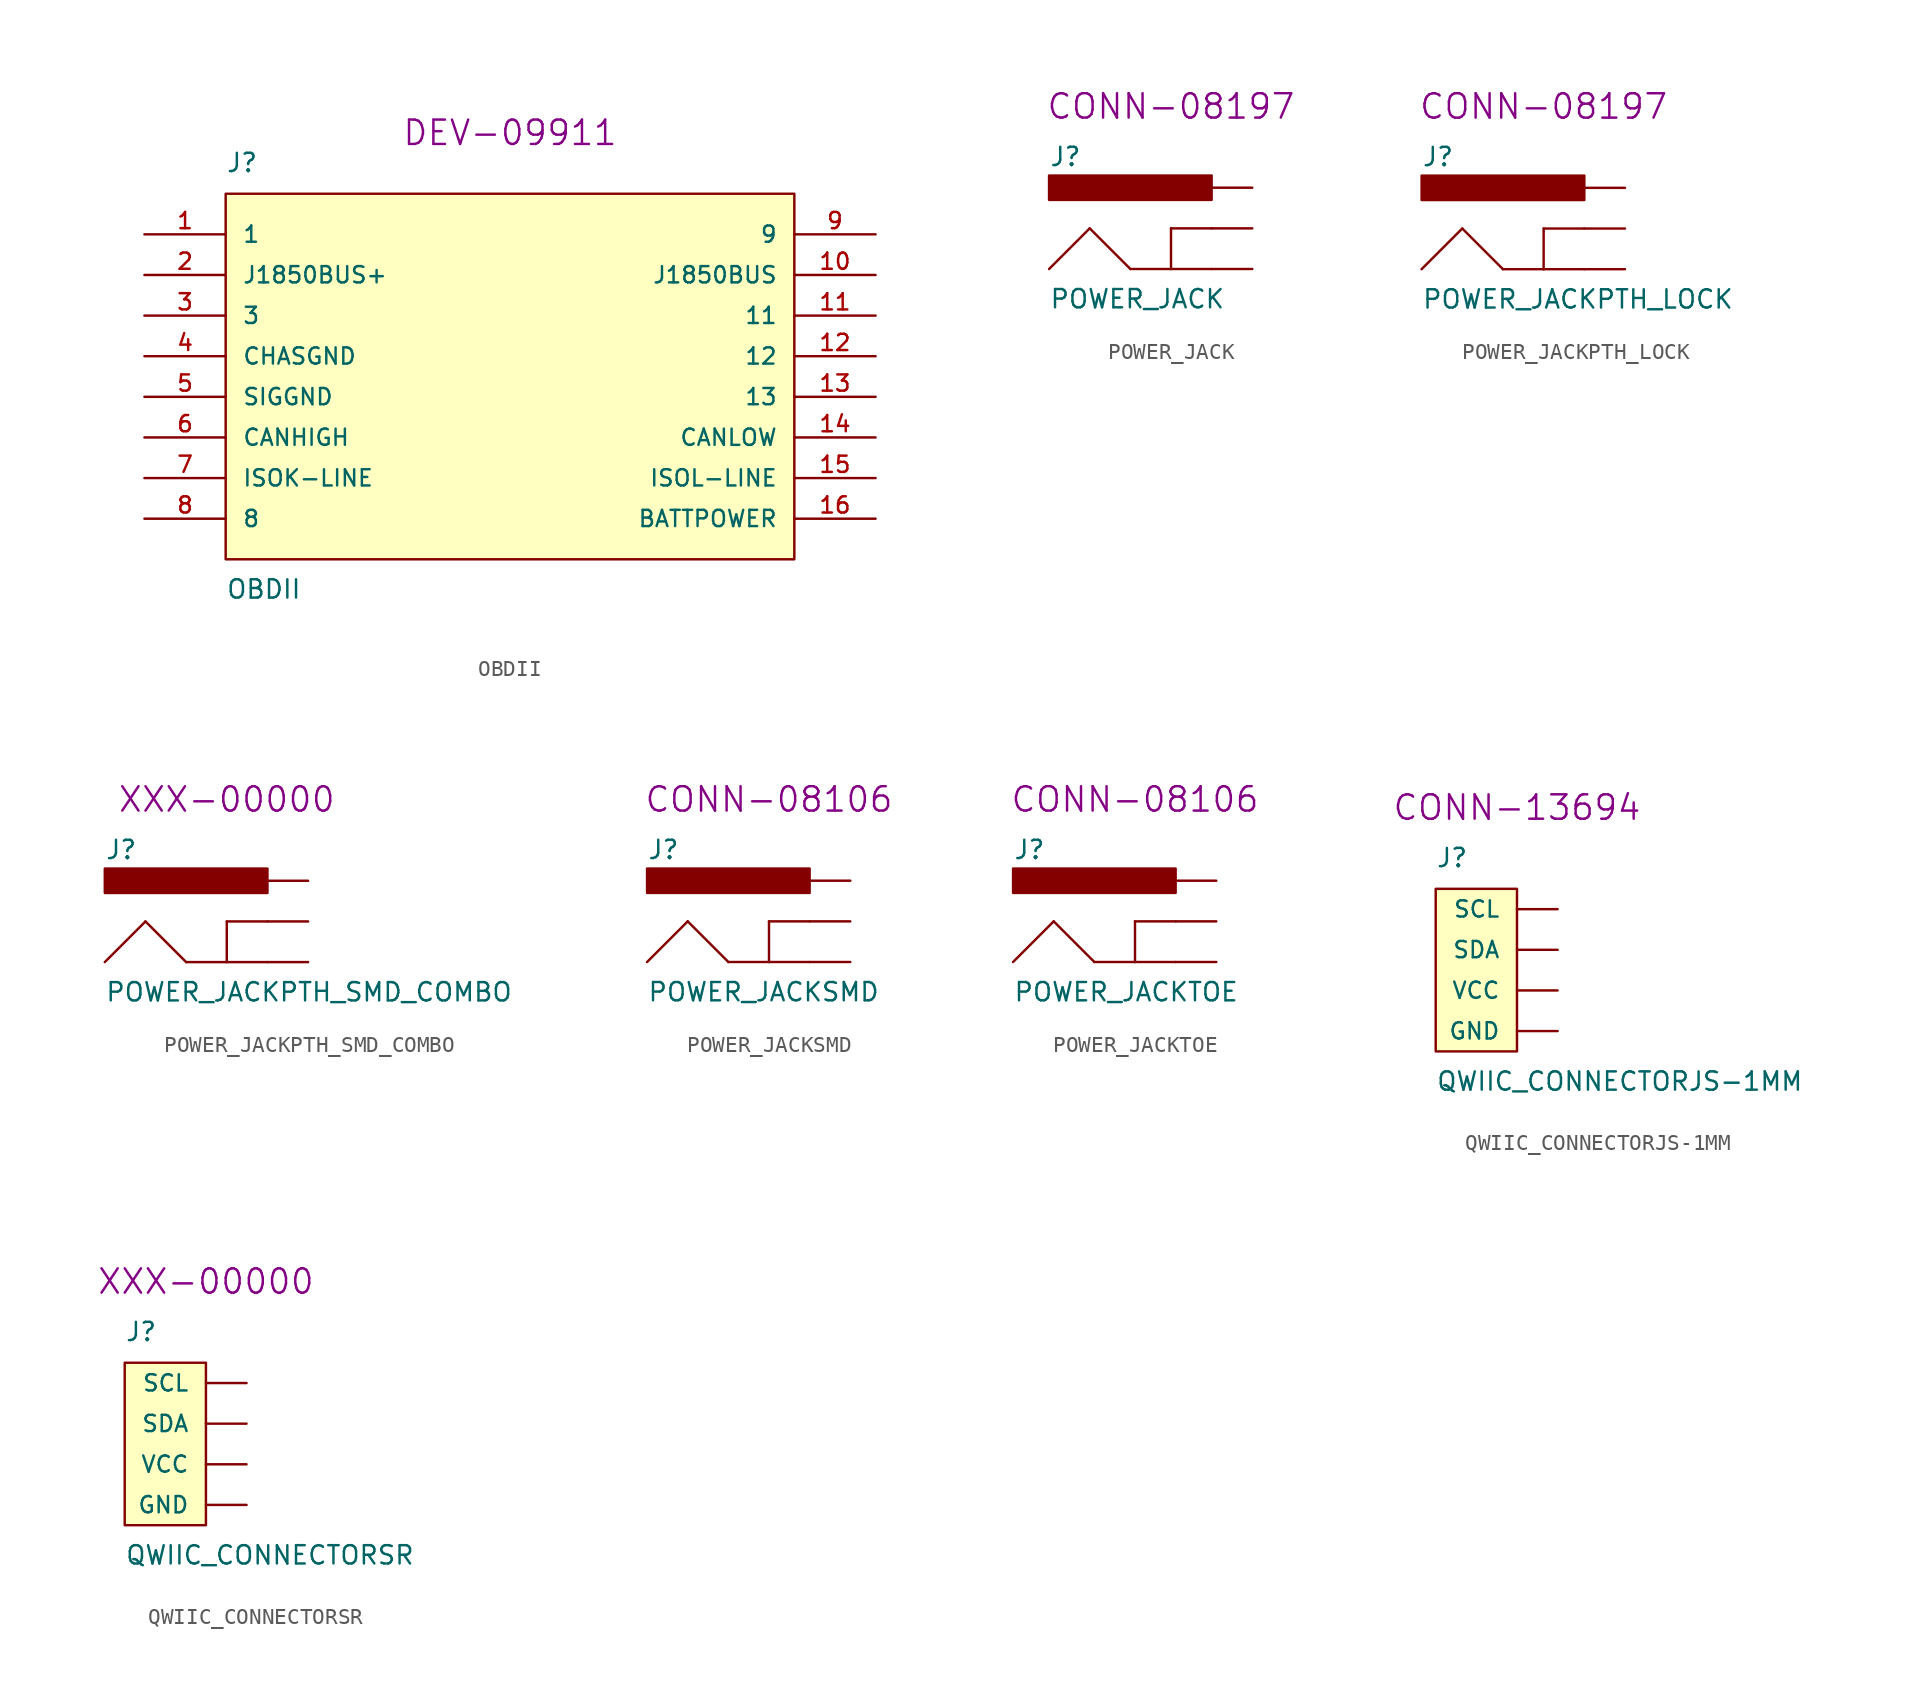
<source format=kicad_sym>
(kicad_symbol_lib
  (version 20220914)
  (generator kicad_symbol_editor)
  (symbol "OBDII"
    (pin_names
      (offset 1.016))
    (property "Reference" "J"
      (at -17.78 12.7 0)
      (effects (font (size 1.143 1.143)) (justify left bottom)))
    (property "Value" "OBDII"
      (at -17.78 -13.97 0)
      (effects (font (size 1.143 1.143)) (justify left bottom)))
    (property "Field4" "DEV-09911"
      (at 0 15.24 0)
      (effects (font (size 1.524 1.524))))
    (property "ki_locked" ""
      (at 0 0 0)
      (effects (font (size 1.27 1.27))))
    (symbol "OBDII_1_1"
      (polyline (pts (xy -17.78 11.43) (xy -17.78 -11.43) (xy 17.78 -11.43) (xy 17.78 11.43) (xy -17.78 11.43)) (stroke (width 0) (type solid)) (fill (type background)))
      (pin bidirectional line (at -22.86 8.89 0) (length 5.08) (name "1" (effects (font (size 1.016 1.016)))) (number "1" (effects (font (size 1.016 1.016)))))
      (pin bidirectional line (at 22.86 6.35 180) (length 5.08) (name "J1850BUS" (effects (font (size 1.016 1.016)))) (number "10" (effects (font (size 1.016 1.016)))))
      (pin bidirectional line (at 22.86 3.81 180) (length 5.08) (name "11" (effects (font (size 1.016 1.016)))) (number "11" (effects (font (size 1.016 1.016)))))
      (pin bidirectional line (at 22.86 1.27 180) (length 5.08) (name "12" (effects (font (size 1.016 1.016)))) (number "12" (effects (font (size 1.016 1.016)))))
      (pin bidirectional line (at 22.86 -1.27 180) (length 5.08) (name "13" (effects (font (size 1.016 1.016)))) (number "13" (effects (font (size 1.016 1.016)))))
      (pin bidirectional line (at 22.86 -3.81 180) (length 5.08) (name "CANLOW" (effects (font (size 1.016 1.016)))) (number "14" (effects (font (size 1.016 1.016)))))
      (pin bidirectional line (at 22.86 -6.35 180) (length 5.08) (name "ISOL-LINE" (effects (font (size 1.016 1.016)))) (number "15" (effects (font (size 1.016 1.016)))))
      (pin bidirectional line (at 22.86 -8.89 180) (length 5.08) (name "BATTPOWER" (effects (font (size 1.016 1.016)))) (number "16" (effects (font (size 1.016 1.016)))))
      (pin bidirectional line (at -22.86 6.35 0) (length 5.08) (name "J1850BUS+" (effects (font (size 1.016 1.016)))) (number "2" (effects (font (size 1.016 1.016)))))
      (pin bidirectional line (at -22.86 3.81 0) (length 5.08) (name "3" (effects (font (size 1.016 1.016)))) (number "3" (effects (font (size 1.016 1.016)))))
      (pin bidirectional line (at -22.86 1.27 0) (length 5.08) (name "CHASGND" (effects (font (size 1.016 1.016)))) (number "4" (effects (font (size 1.016 1.016)))))
      (pin bidirectional line (at -22.86 -1.27 0) (length 5.08) (name "SIGGND" (effects (font (size 1.016 1.016)))) (number "5" (effects (font (size 1.016 1.016)))))
      (pin bidirectional line (at -22.86 -3.81 0) (length 5.08) (name "CANHIGH" (effects (font (size 1.016 1.016)))) (number "6" (effects (font (size 1.016 1.016)))))
      (pin bidirectional line (at -22.86 -6.35 0) (length 5.08) (name "ISOK-LINE" (effects (font (size 1.016 1.016)))) (number "7" (effects (font (size 1.016 1.016)))))
      (pin bidirectional line (at -22.86 -8.89 0) (length 5.08) (name "8" (effects (font (size 1.016 1.016)))) (number "8" (effects (font (size 1.016 1.016)))))
      (pin bidirectional line (at 22.86 8.89 180) (length 5.08) (name "9" (effects (font (size 1.016 1.016)))) (number "9" (effects (font (size 1.016 1.016)))))))
  (symbol "POWER_JACK"
    (pin_numbers hide)
    (pin_names
      (offset 1.016) hide)
    (property "Reference" "J"
      (at -7.62 3.81 0)
      (effects (font (size 1.143 1.143)) (justify left bottom)))
    (property "Value" "POWER_JACK"
      (at -7.62 -5.08 0)
      (effects (font (size 1.143 1.143)) (justify left bottom)))
    (property "Field4" "CONN-08197"
      (at 0 7.62 0)
      (effects (font (size 1.524 1.524))))
    (property "ki_locked" ""
      (at 0 0 0)
      (effects (font (size 1.27 1.27))))
    (symbol "POWER_JACK_1_0"
      (polyline (pts (xy -7.62 -2.54) (xy -5.08 0)) (stroke (width 0) (type solid)) (fill (type none)))
      (polyline (pts (xy -5.08 0) (xy -2.54 -2.54)) (stroke (width 0) (type solid)) (fill (type none)))
      (polyline (pts (xy -2.54 -2.54) (xy 0 -2.54)) (stroke (width 0) (type solid)) (fill (type none)))
      (polyline (pts (xy 0 -2.54) (xy 0 0)) (stroke (width 0) (type solid)) (fill (type none)))
      (polyline (pts (xy 0 -2.54) (xy 2.54 -2.54)) (stroke (width 0) (type solid)) (fill (type none)))
      (polyline (pts (xy 0 0) (xy 2.54 0)) (stroke (width 0) (type solid)) (fill (type none))))
    (symbol "POWER_JACK_1_1"
      (rectangle (start -7.62 1.778) (end 2.54 3.302) (stroke (width 0) (type solid)) (fill (type outline)))
      (pin bidirectional line (at 5.08 -2.54 180) (length 2.54) (name "GND" (effects (font (size 1.016 1.016)))) (number "GND" (effects (font (size 1.016 1.016)))))
      (pin bidirectional line (at 5.08 0 180) (length 2.54) (name "GNDBREAK" (effects (font (size 1.016 1.016)))) (number "GNDB" (effects (font (size 1.016 1.016)))))
      (pin bidirectional line (at 5.08 2.54 180) (length 2.54) (name "PWR" (effects (font (size 1.016 1.016)))) (number "PWR" (effects (font (size 1.016 1.016)))))))
  (symbol "POWER_JACKPTH_LOCK"
    (pin_numbers hide)
    (pin_names
      (offset 1.016) hide)
    (property "Reference" "J"
      (at -7.62 3.81 0)
      (effects (font (size 1.143 1.143)) (justify left bottom)))
    (property "Value" "POWER_JACKPTH_LOCK"
      (at -7.62 -5.08 0)
      (effects (font (size 1.143 1.143)) (justify left bottom)))
    (property "Field4" "CONN-08197"
      (at 0 7.62 0)
      (effects (font (size 1.524 1.524))))
    (property "ki_locked" ""
      (at 0 0 0)
      (effects (font (size 1.27 1.27))))
    (symbol "POWER_JACKPTH_LOCK_1_0"
      (polyline (pts (xy -7.62 -2.54) (xy -5.08 0)) (stroke (width 0) (type solid)) (fill (type none)))
      (polyline (pts (xy -5.08 0) (xy -2.54 -2.54)) (stroke (width 0) (type solid)) (fill (type none)))
      (polyline (pts (xy -2.54 -2.54) (xy 0 -2.54)) (stroke (width 0) (type solid)) (fill (type none)))
      (polyline (pts (xy 0 -2.54) (xy 0 0)) (stroke (width 0) (type solid)) (fill (type none)))
      (polyline (pts (xy 0 -2.54) (xy 2.54 -2.54)) (stroke (width 0) (type solid)) (fill (type none)))
      (polyline (pts (xy 0 0) (xy 2.54 0)) (stroke (width 0) (type solid)) (fill (type none))))
    (symbol "POWER_JACKPTH_LOCK_1_1"
      (rectangle (start -7.62 1.778) (end 2.54 3.302) (stroke (width 0) (type solid)) (fill (type outline)))
      (pin bidirectional line (at 5.08 -2.54 180) (length 2.54) (name "GND" (effects (font (size 1.016 1.016)))) (number "GND" (effects (font (size 1.016 1.016)))))
      (pin bidirectional line (at 5.08 0 180) (length 2.54) (name "GNDBREAK" (effects (font (size 1.016 1.016)))) (number "GNDB" (effects (font (size 1.016 1.016)))))
      (pin bidirectional line (at 5.08 2.54 180) (length 2.54) (name "PWR" (effects (font (size 1.016 1.016)))) (number "PWR" (effects (font (size 1.016 1.016)))))))
  (symbol "POWER_JACKPTH_SMD_COMBO"
    (pin_numbers hide)
    (pin_names
      (offset 1.016) hide)
    (property "Reference" "J"
      (at -7.62 3.81 0)
      (effects (font (size 1.143 1.143)) (justify left bottom)))
    (property "Value" "POWER_JACKPTH_SMD_COMBO"
      (at -7.62 -5.08 0)
      (effects (font (size 1.143 1.143)) (justify left bottom)))
    (property "Field4" "XXX-00000"
      (at 0 7.62 0)
      (effects (font (size 1.524 1.524))))
    (property "ki_locked" ""
      (at 0 0 0)
      (effects (font (size 1.27 1.27))))
    (symbol "POWER_JACKPTH_SMD_COMBO_1_0"
      (polyline (pts (xy -7.62 -2.54) (xy -5.08 0)) (stroke (width 0) (type solid)) (fill (type none)))
      (polyline (pts (xy -5.08 0) (xy -2.54 -2.54)) (stroke (width 0) (type solid)) (fill (type none)))
      (polyline (pts (xy -2.54 -2.54) (xy 0 -2.54)) (stroke (width 0) (type solid)) (fill (type none)))
      (polyline (pts (xy 0 -2.54) (xy 0 0)) (stroke (width 0) (type solid)) (fill (type none)))
      (polyline (pts (xy 0 -2.54) (xy 2.54 -2.54)) (stroke (width 0) (type solid)) (fill (type none)))
      (polyline (pts (xy 0 0) (xy 2.54 0)) (stroke (width 0) (type solid)) (fill (type none))))
    (symbol "POWER_JACKPTH_SMD_COMBO_1_1"
      (rectangle (start -7.62 1.778) (end 2.54 3.302) (stroke (width 0) (type solid)) (fill (type outline)))
      (pin bidirectional line (at 5.08 0 180) (length 2.54) (name "GNDBREAK" (effects (font (size 1.016 1.016)))) (number "GND" (effects (font (size 1.016 1.016)))))
      (pin bidirectional line (at 5.08 -2.54 180) (length 2.54) (name "GND" (effects (font (size 1.016 1.016)))) (number "GND@" (effects (font (size 1.016 1.016)))))
      (pin bidirectional line (at 5.08 2.54 180) (length 2.54) (name "PWR" (effects (font (size 1.016 1.016)))) (number "POWE" (effects (font (size 1.016 1.016)))))))
  (symbol "POWER_JACKSMD"
    (pin_numbers hide)
    (pin_names
      (offset 1.016) hide)
    (property "Reference" "J"
      (at -7.62 3.81 0)
      (effects (font (size 1.143 1.143)) (justify left bottom)))
    (property "Value" "POWER_JACKSMD"
      (at -7.62 -5.08 0)
      (effects (font (size 1.143 1.143)) (justify left bottom)))
    (property "Field4" "CONN-08106"
      (at 0 7.62 0)
      (effects (font (size 1.524 1.524))))
    (property "ki_locked" ""
      (at 0 0 0)
      (effects (font (size 1.27 1.27))))
    (symbol "POWER_JACKSMD_1_0"
      (polyline (pts (xy -7.62 -2.54) (xy -5.08 0)) (stroke (width 0) (type solid)) (fill (type none)))
      (polyline (pts (xy -5.08 0) (xy -2.54 -2.54)) (stroke (width 0) (type solid)) (fill (type none)))
      (polyline (pts (xy -2.54 -2.54) (xy 0 -2.54)) (stroke (width 0) (type solid)) (fill (type none)))
      (polyline (pts (xy 0 -2.54) (xy 0 0)) (stroke (width 0) (type solid)) (fill (type none)))
      (polyline (pts (xy 0 -2.54) (xy 2.54 -2.54)) (stroke (width 0) (type solid)) (fill (type none)))
      (polyline (pts (xy 0 0) (xy 2.54 0)) (stroke (width 0) (type solid)) (fill (type none))))
    (symbol "POWER_JACKSMD_1_1"
      (rectangle (start -7.62 1.778) (end 2.54 3.302) (stroke (width 0) (type solid)) (fill (type outline)))
      (pin bidirectional line (at 5.08 0 180) (length 2.54) (name "GNDBREAK" (effects (font (size 1.016 1.016)))) (number "GND" (effects (font (size 1.016 1.016)))))
      (pin bidirectional line (at 5.08 -2.54 180) (length 2.54) (name "GND" (effects (font (size 1.016 1.016)))) (number "P$4" (effects (font (size 1.016 1.016)))))
      (pin bidirectional line (at 5.08 2.54 180) (length 2.54) (name "PWR" (effects (font (size 1.016 1.016)))) (number "VIN0" (effects (font (size 1.016 1.016)))))))
  (symbol "POWER_JACKTOE"
    (pin_numbers hide)
    (pin_names
      (offset 1.016) hide)
    (property "Reference" "J"
      (at -7.62 3.81 0)
      (effects (font (size 1.143 1.143)) (justify left bottom)))
    (property "Value" "POWER_JACKTOE"
      (at -7.62 -5.08 0)
      (effects (font (size 1.143 1.143)) (justify left bottom)))
    (property "Field4" "CONN-08106"
      (at 0 7.62 0)
      (effects (font (size 1.524 1.524))))
    (property "ki_locked" ""
      (at 0 0 0)
      (effects (font (size 1.27 1.27))))
    (symbol "POWER_JACKTOE_1_0"
      (polyline (pts (xy -7.62 -2.54) (xy -5.08 0)) (stroke (width 0) (type solid)) (fill (type none)))
      (polyline (pts (xy -5.08 0) (xy -2.54 -2.54)) (stroke (width 0) (type solid)) (fill (type none)))
      (polyline (pts (xy -2.54 -2.54) (xy 0 -2.54)) (stroke (width 0) (type solid)) (fill (type none)))
      (polyline (pts (xy 0 -2.54) (xy 0 0)) (stroke (width 0) (type solid)) (fill (type none)))
      (polyline (pts (xy 0 -2.54) (xy 2.54 -2.54)) (stroke (width 0) (type solid)) (fill (type none)))
      (polyline (pts (xy 0 0) (xy 2.54 0)) (stroke (width 0) (type solid)) (fill (type none))))
    (symbol "POWER_JACKTOE_1_1"
      (rectangle (start -7.62 1.778) (end 2.54 3.302) (stroke (width 0) (type solid)) (fill (type outline)))
      (pin bidirectional line (at 5.08 0 180) (length 2.54) (name "GNDBREAK" (effects (font (size 1.016 1.016)))) (number "GND" (effects (font (size 1.016 1.016)))))
      (pin bidirectional line (at 5.08 -2.54 180) (length 2.54) (name "GND" (effects (font (size 1.016 1.016)))) (number "P$4" (effects (font (size 1.016 1.016)))))
      (pin bidirectional line (at 5.08 2.54 180) (length 2.54) (name "PWR" (effects (font (size 1.016 1.016)))) (number "VIN0" (effects (font (size 1.016 1.016)))))))
  (symbol "QWIIC_CONNECTORJS-1MM"
    (pin_numbers hide)
    (pin_names
      (offset 1.016))
    (property "Reference" "J"
      (at -5.08 10.16 0)
      (effects (font (size 1.143 1.143)) (justify left bottom)))
    (property "Value" "QWIIC_CONNECTORJS-1MM"
      (at -5.08 -3.81 0)
      (effects (font (size 1.143 1.143)) (justify left bottom)))
    (property "Field4" "CONN-13694"
      (at 0 13.97 0)
      (effects (font (size 1.524 1.524))))
    (property "ki_locked" ""
      (at 0 0 0)
      (effects (font (size 1.27 1.27))))
    (symbol "QWIIC_CONNECTORJS-1MM_1_0"
      (rectangle (start 0 -1.27) (end -5.08 8.89) (stroke (width 0) (type solid)) (fill (type background))))
    (symbol "QWIIC_CONNECTORJS-1MM_1_1"
      (pin power_in line (at 2.54 0 180) (length 2.54) (name "GND" (effects (font (size 1.016 1.016)))) (number "1" (effects (font (size 1.016 1.016)))))
      (pin power_in line (at 2.54 2.54 180) (length 2.54) (name "VCC" (effects (font (size 1.016 1.016)))) (number "2" (effects (font (size 1.016 1.016)))))
      (pin passive line (at 2.54 5.08 180) (length 2.54) (name "SDA" (effects (font (size 1.016 1.016)))) (number "3" (effects (font (size 1.016 1.016)))))
      (pin passive line (at 2.54 7.62 180) (length 2.54) (name "SCL" (effects (font (size 1.016 1.016)))) (number "4" (effects (font (size 1.016 1.016)))))))
  (symbol "QWIIC_CONNECTORSR"
    (pin_numbers hide)
    (pin_names
      (offset 1.016))
    (property "Reference" "J"
      (at -5.08 10.16 0)
      (effects (font (size 1.143 1.143)) (justify left bottom)))
    (property "Value" "QWIIC_CONNECTORSR"
      (at -5.08 -3.81 0)
      (effects (font (size 1.143 1.143)) (justify left bottom)))
    (property "Field4" "XXX-00000"
      (at 0 13.97 0)
      (effects (font (size 1.524 1.524))))
    (property "ki_locked" ""
      (at 0 0 0)
      (effects (font (size 1.27 1.27))))
    (symbol "QWIIC_CONNECTORSR_1_0"
      (rectangle (start 0 -1.27) (end -5.08 8.89) (stroke (width 0) (type solid)) (fill (type background))))
    (symbol "QWIIC_CONNECTORSR_1_1"
      (pin power_in line (at 2.54 0 180) (length 2.54) (name "GND" (effects (font (size 1.016 1.016)))) (number "1" (effects (font (size 1.016 1.016)))))
      (pin power_in line (at 2.54 2.54 180) (length 2.54) (name "VCC" (effects (font (size 1.016 1.016)))) (number "2" (effects (font (size 1.016 1.016)))))
      (pin passive line (at 2.54 5.08 180) (length 2.54) (name "SDA" (effects (font (size 1.016 1.016)))) (number "3" (effects (font (size 1.016 1.016)))))
      (pin passive line (at 2.54 7.62 180) (length 2.54) (name "SCL" (effects (font (size 1.016 1.016)))) (number "4" (effects (font (size 1.016 1.016))))))))
</source>
